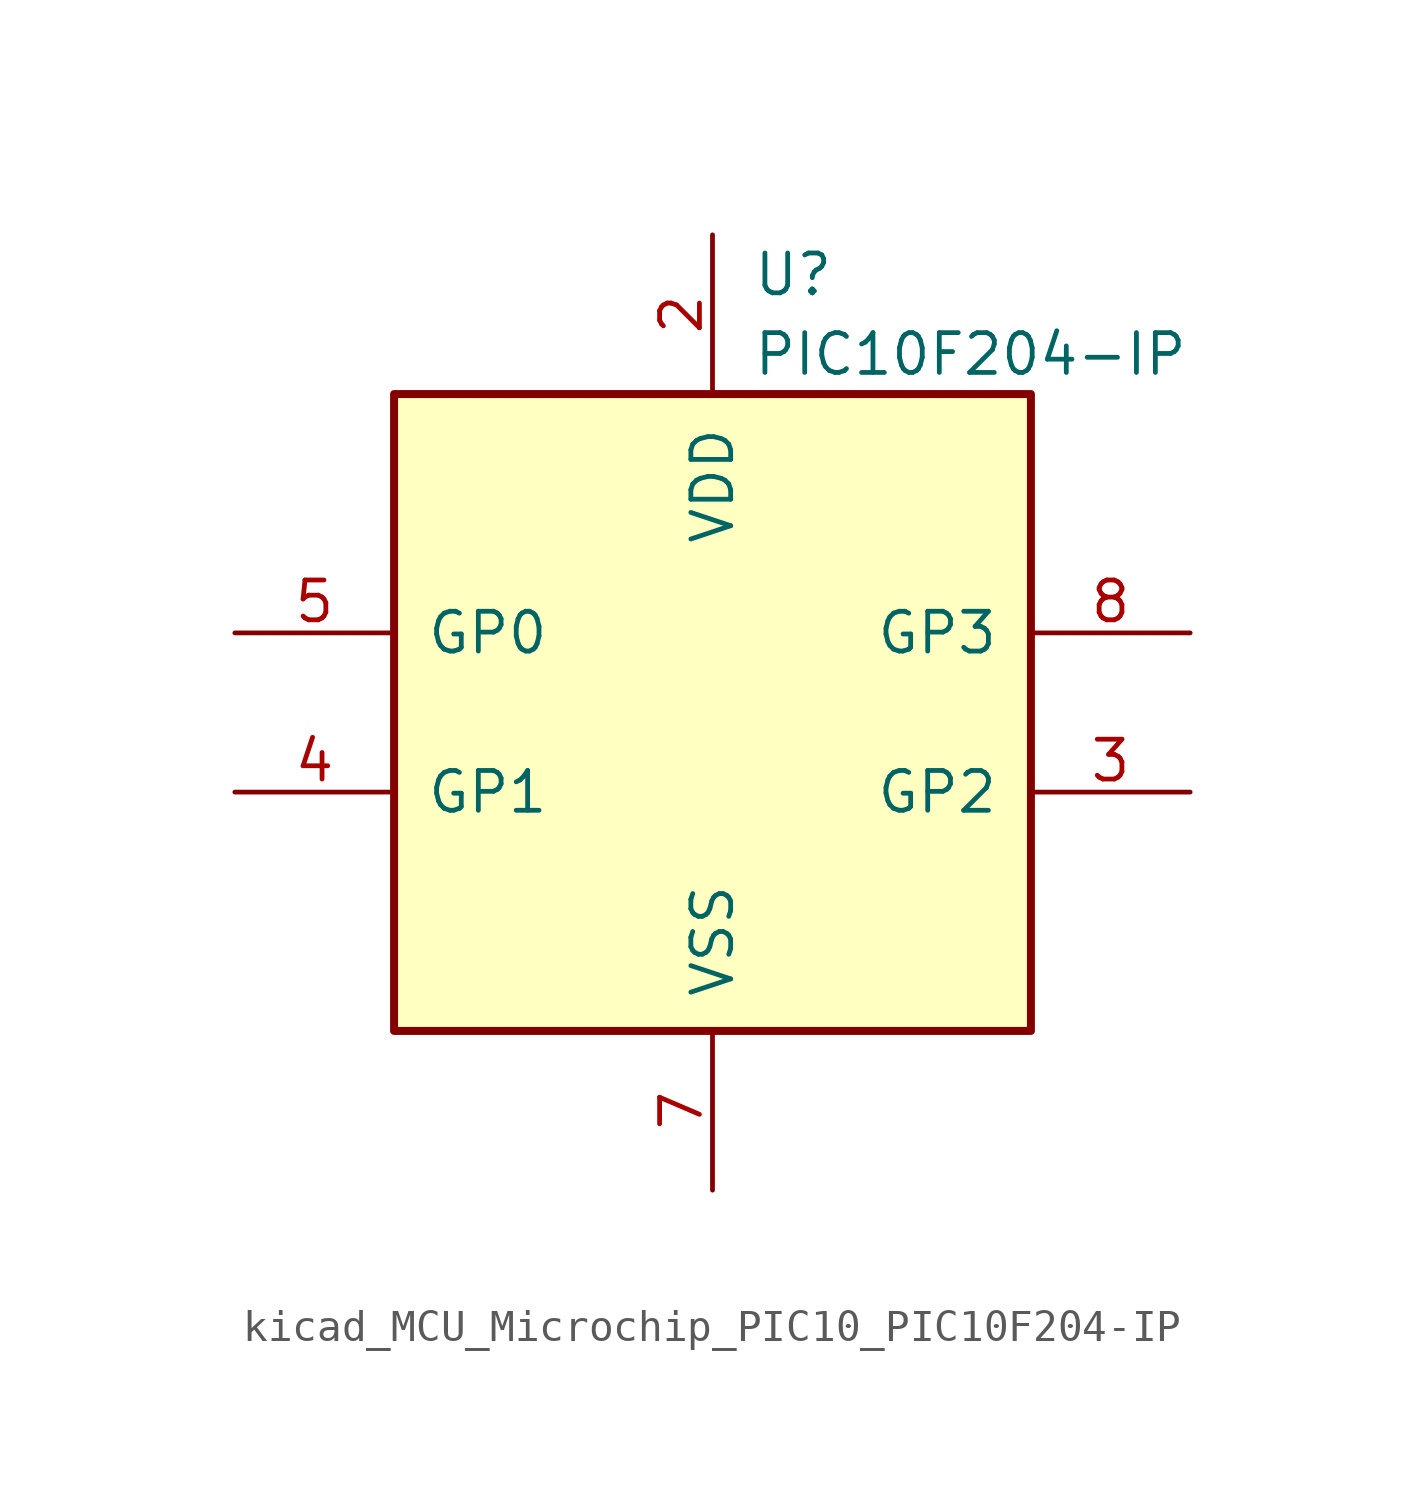
<source format=kicad_sym>
(kicad_symbol_lib
  (version 20220914)
  (generator kicad_symbol_editor)
  (symbol "kicad_MCU_Microchip_PIC10_PIC10F204-IP"
    (pin_names
      (offset 1.016))
    (property "Reference" "U"
      (at 1.27 13.97 0)
      (effects (font (size 1.27 1.27)) (justify left)))
    (property "Value" "PIC10F204-IP"
      (at 1.27 11.43 0)
      (effects (font (size 1.27 1.27)) (justify left)))
    (symbol "kicad_MCU_Microchip_PIC10_PIC10F204-IP_0_1"
      (rectangle (start -10.16 10.16) (end 10.16 -10.16) (stroke (width 0.254) (type default)) (fill (type background))))
    (symbol "kicad_MCU_Microchip_PIC10_PIC10F204-IP_1_1"
      (pin power_in line (at 0 15.24 270) (length 5.08) (name "VDD" (effects (font (size 1.27 1.27)))) (number "2" (effects (font (size 1.27 1.27)))))
      (pin bidirectional line (at 15.24 -2.54 180) (length 5.08) (name "GP2" (effects (font (size 1.27 1.27)))) (number "3" (effects (font (size 1.27 1.27)))))
      (pin bidirectional line (at -15.24 -2.54 0) (length 5.08) (name "GP1" (effects (font (size 1.27 1.27)))) (number "4" (effects (font (size 1.27 1.27)))))
      (pin bidirectional line (at -15.24 2.54 0) (length 5.08) (name "GP0" (effects (font (size 1.27 1.27)))) (number "5" (effects (font (size 1.27 1.27)))))
      (pin power_in line (at 0 -15.24 90) (length 5.08) (name "VSS" (effects (font (size 1.27 1.27)))) (number "7" (effects (font (size 1.27 1.27)))))
      (pin input line (at 15.24 2.54 180) (length 5.08) (name "GP3" (effects (font (size 1.27 1.27)))) (number "8" (effects (font (size 1.27 1.27))))))))
</source>
